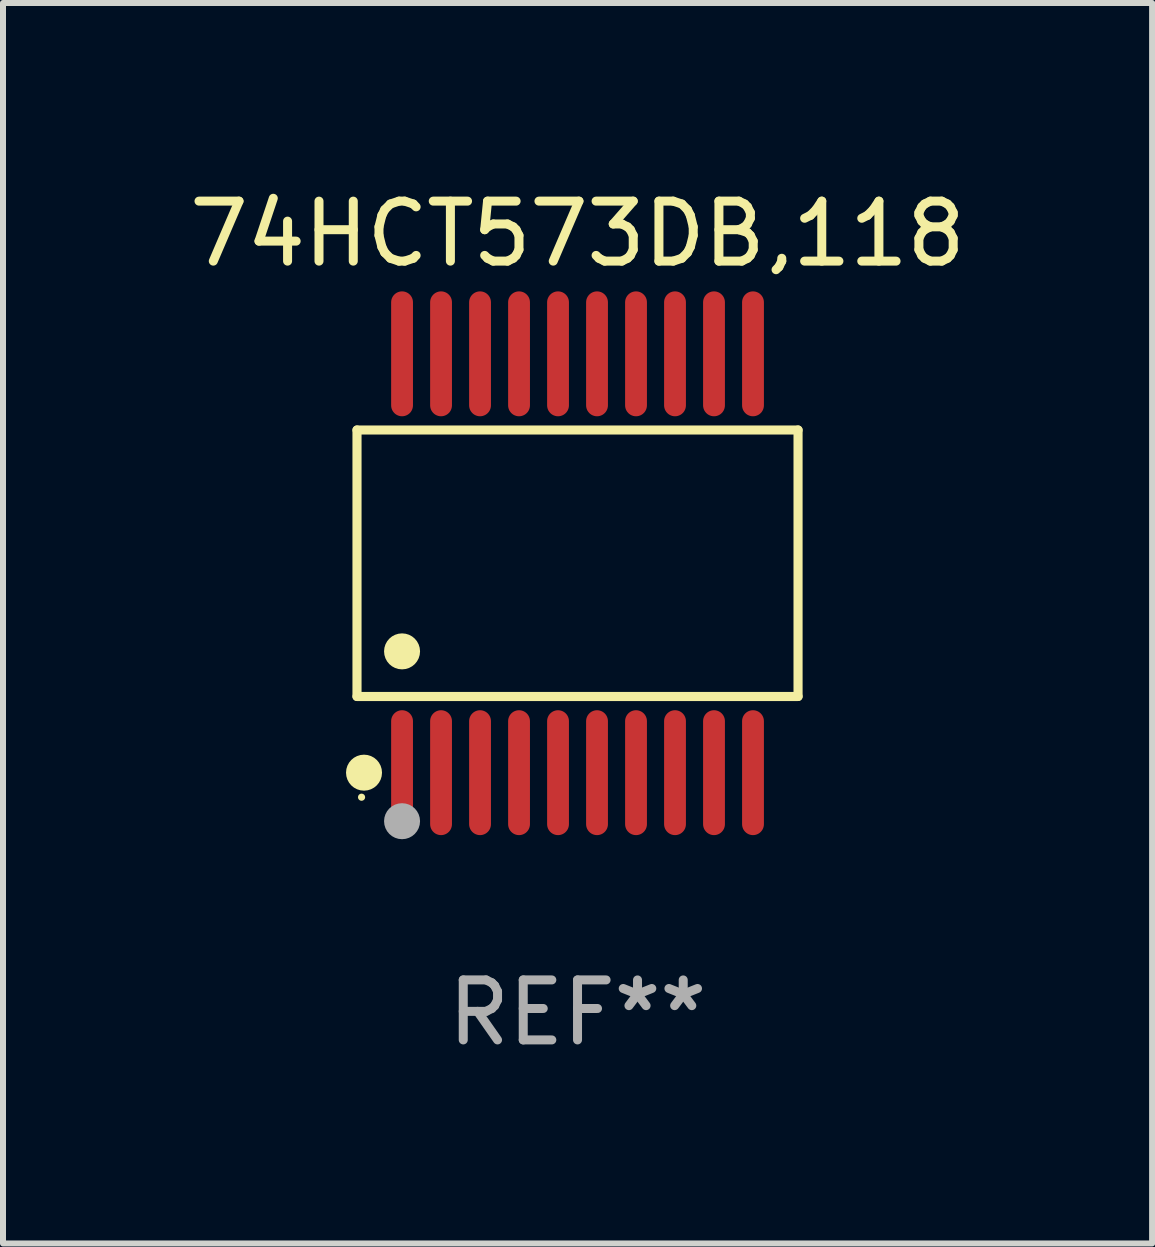
<source format=kicad_pcb>
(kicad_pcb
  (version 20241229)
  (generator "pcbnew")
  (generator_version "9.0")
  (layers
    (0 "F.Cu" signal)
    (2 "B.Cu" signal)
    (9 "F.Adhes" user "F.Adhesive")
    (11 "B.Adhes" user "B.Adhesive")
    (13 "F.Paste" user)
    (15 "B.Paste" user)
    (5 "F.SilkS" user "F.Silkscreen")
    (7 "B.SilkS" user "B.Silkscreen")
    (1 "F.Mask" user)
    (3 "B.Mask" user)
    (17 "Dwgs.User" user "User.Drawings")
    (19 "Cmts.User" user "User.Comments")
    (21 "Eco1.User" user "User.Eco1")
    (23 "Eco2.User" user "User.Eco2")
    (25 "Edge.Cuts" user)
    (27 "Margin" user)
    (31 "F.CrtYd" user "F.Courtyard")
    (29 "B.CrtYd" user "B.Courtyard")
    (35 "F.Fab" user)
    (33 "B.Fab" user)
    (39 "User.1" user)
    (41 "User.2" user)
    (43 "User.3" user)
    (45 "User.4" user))
  (footprint "74HCT573DB,118"
    (layer "F.Cu")
    (at 6.577 6.339)
    (property "Reference" "74HCT573DB,118" (at 0 -5.491 0) (layer "F.SilkS") (effects (font (size 1 1) (thickness 0.15))))
    (attr through_hole)
    (fp_line (start -3.676 -2.221) (end 3.676 -2.221) (stroke (width 0.152) (type solid)) (layer "F.SilkS"))
    (fp_line (start -3.676 2.221) (end -3.676 -2.221) (stroke (width 0.152) (type solid)) (layer "F.SilkS"))
    (fp_line (start 3.676 -2.221) (end 3.676 2.221) (stroke (width 0.152) (type solid)) (layer "F.SilkS"))
    (fp_line (start 3.676 2.221) (end -3.676 2.221) (stroke (width 0.152) (type solid)) (layer "F.SilkS"))
    (fp_circle (center -3.6 3.9) (end -3.57 3.9) (stroke (width 0.06) (type solid)) (fill no) (layer "F.SilkS"))
    (fp_circle (center -3.559 3.491) (end -3.409 3.491) (stroke (width 0.3) (type solid)) (fill no) (layer "F.SilkS"))
    (fp_circle (center -2.925 1.469) (end -2.775 1.469) (stroke (width 0.3) (type solid)) (fill no) (layer "F.SilkS"))
    (fp_circle (center -2.925 4.3) (end -2.775 4.3) (stroke (width 0.3) (type solid)) (fill no) (layer "F.Fab"))
    (fp_text user "REF**" (at 0 7.491 0) (layer "F.Fab") (effects (font (size 1 1) (thickness 0.15))))
    (pad "1" smd oval (at -2.925 3.491) (size 0.364 2.082) (layers "F.Cu" "F.Mask" "F.Paste"))
    (pad "2" smd oval (at -2.275 3.491) (size 0.364 2.082) (layers "F.Cu" "F.Mask" "F.Paste"))
    (pad "3" smd oval (at -1.625 3.491) (size 0.364 2.082) (layers "F.Cu" "F.Mask" "F.Paste"))
    (pad "4" smd oval (at -0.975 3.491) (size 0.364 2.082) (layers "F.Cu" "F.Mask" "F.Paste"))
    (pad "5" smd oval (at -0.325 3.491) (size 0.364 2.082) (layers "F.Cu" "F.Mask" "F.Paste"))
    (pad "6" smd oval (at 0.325 3.491) (size 0.364 2.082) (layers "F.Cu" "F.Mask" "F.Paste"))
    (pad "7" smd oval (at 0.975 3.491) (size 0.364 2.082) (layers "F.Cu" "F.Mask" "F.Paste"))
    (pad "8" smd oval (at 1.625 3.491) (size 0.364 2.082) (layers "F.Cu" "F.Mask" "F.Paste"))
    (pad "9" smd oval (at 2.275 3.491) (size 0.364 2.082) (layers "F.Cu" "F.Mask" "F.Paste"))
    (pad "10" smd oval (at 2.925 3.491) (size 0.364 2.082) (layers "F.Cu" "F.Mask" "F.Paste"))
    (pad "11" smd oval (at 2.925 -3.491) (size 0.364 2.082) (layers "F.Cu" "F.Mask" "F.Paste"))
    (pad "12" smd oval (at 2.275 -3.491) (size 0.364 2.082) (layers "F.Cu" "F.Mask" "F.Paste"))
    (pad "13" smd oval (at 1.625 -3.491) (size 0.364 2.082) (layers "F.Cu" "F.Mask" "F.Paste"))
    (pad "14" smd oval (at 0.975 -3.491) (size 0.364 2.082) (layers "F.Cu" "F.Mask" "F.Paste"))
    (pad "15" smd oval (at 0.325 -3.491) (size 0.364 2.082) (layers "F.Cu" "F.Mask" "F.Paste"))
    (pad "16" smd oval (at -0.325 -3.491) (size 0.364 2.082) (layers "F.Cu" "F.Mask" "F.Paste"))
    (pad "17" smd oval (at -0.975 -3.491) (size 0.364 2.082) (layers "F.Cu" "F.Mask" "F.Paste"))
    (pad "18" smd oval (at -1.625 -3.491) (size 0.364 2.082) (layers "F.Cu" "F.Mask" "F.Paste"))
    (pad "19" smd oval (at -2.275 -3.491) (size 0.364 2.082) (layers "F.Cu" "F.Mask" "F.Paste"))
    (pad "20" smd oval (at -2.925 -3.491) (size 0.364 2.082) (layers "F.Cu" "F.Mask" "F.Paste")))
  (gr_rect
    (start -3 -3)
    (end 16.155 17.678)
    (stroke (width 0.1) (type default))
    (fill no)
    (layer "Edge.Cuts")))
</source>
